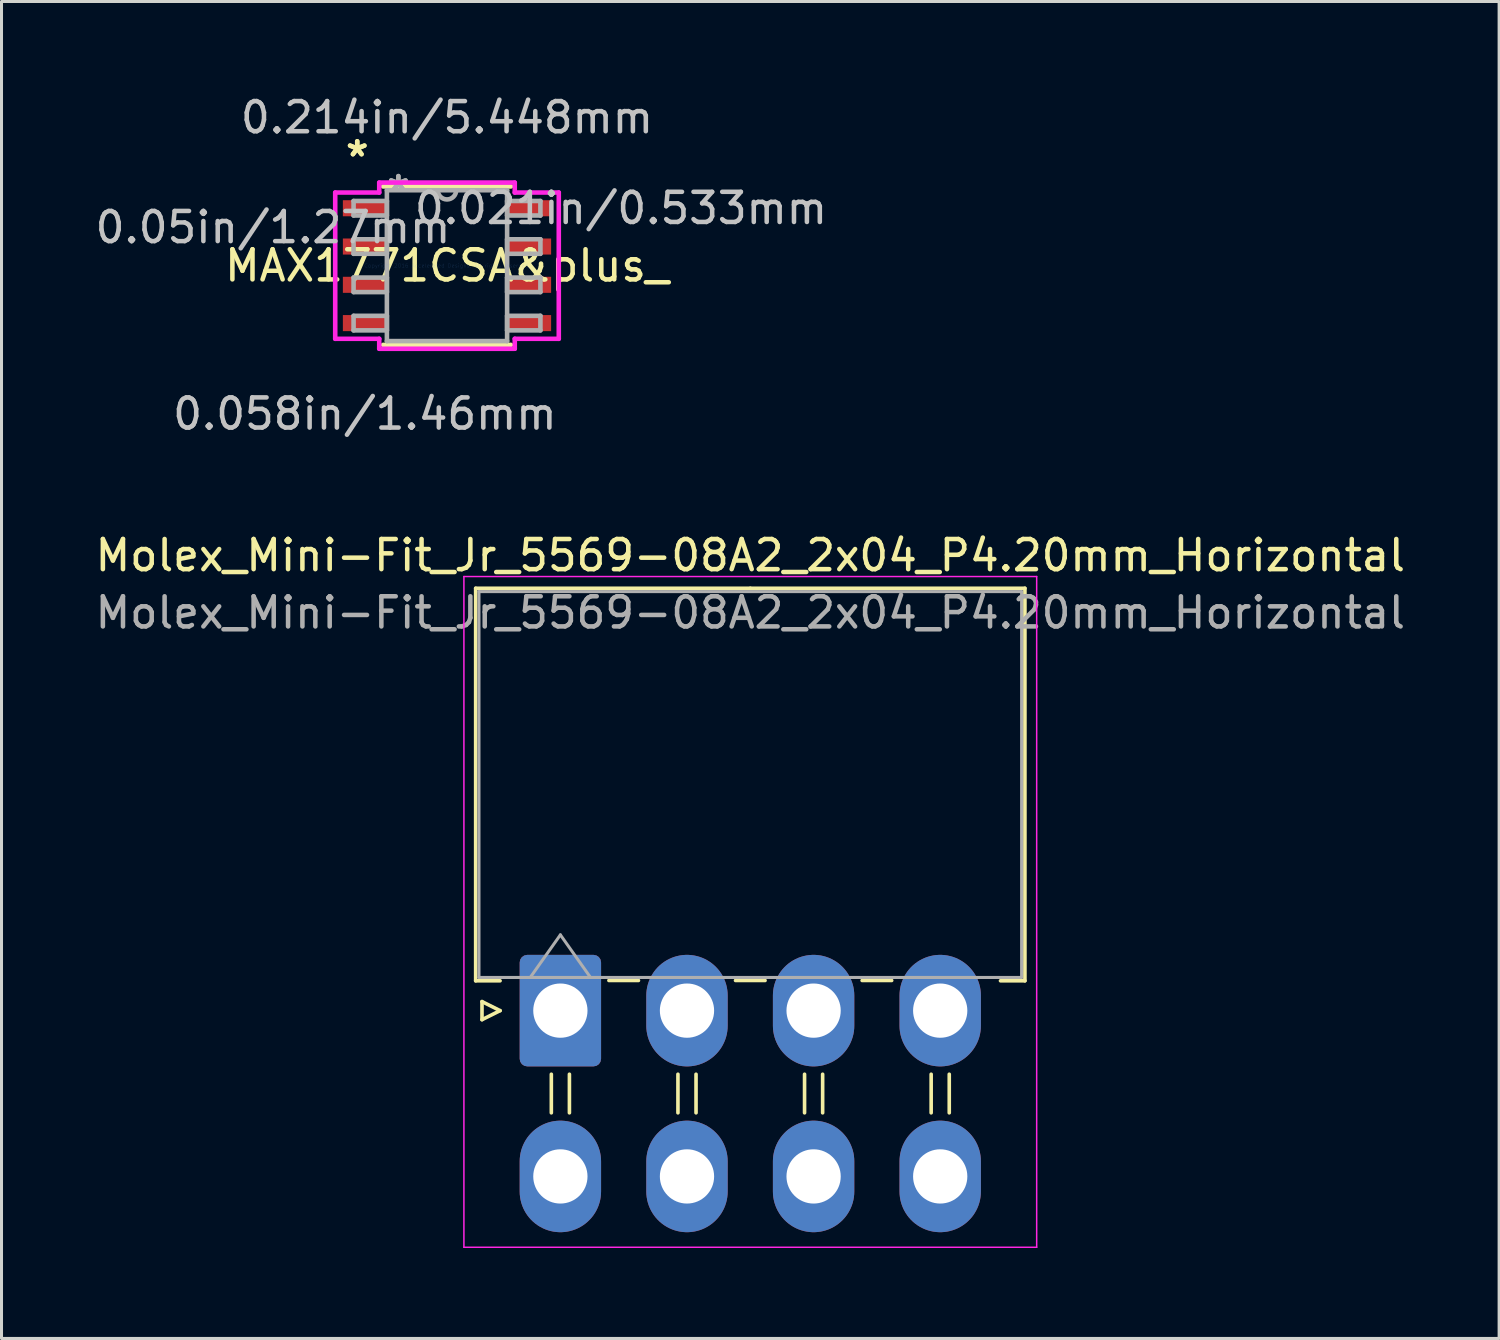
<source format=kicad_pcb>
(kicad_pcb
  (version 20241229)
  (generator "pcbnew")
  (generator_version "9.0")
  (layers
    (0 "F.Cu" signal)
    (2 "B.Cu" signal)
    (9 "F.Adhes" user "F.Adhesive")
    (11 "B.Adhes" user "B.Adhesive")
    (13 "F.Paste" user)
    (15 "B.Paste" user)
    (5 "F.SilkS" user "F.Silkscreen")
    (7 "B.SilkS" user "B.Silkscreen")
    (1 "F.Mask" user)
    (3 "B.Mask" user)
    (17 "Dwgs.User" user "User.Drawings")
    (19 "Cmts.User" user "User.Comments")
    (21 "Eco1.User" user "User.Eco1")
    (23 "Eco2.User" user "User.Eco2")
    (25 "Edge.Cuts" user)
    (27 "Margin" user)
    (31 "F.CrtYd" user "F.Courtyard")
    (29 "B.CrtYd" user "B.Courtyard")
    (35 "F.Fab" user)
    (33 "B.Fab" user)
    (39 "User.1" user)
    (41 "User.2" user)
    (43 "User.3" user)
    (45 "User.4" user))
  (footprint "Molex_Mini-Fit_Jr_5569-08A2_2x04_P4.20mm_Horizontal"
    (layer "F.Cu")
    (at 15.539 30.475)
    (property "Reference" "Molex_Mini-Fit_Jr_5569-08A2_2x04_P4.20mm_Horizontal" (at 6.3 -15.1 0) (layer "F.SilkS") (effects (font (size 1 1) (thickness 0.15))))
    (attr through_hole)
    (fp_line (start -2.81 -14.01) (end 6.3 -14.01) (stroke (width 0.12) (type solid)) (layer "F.SilkS"))
    (fp_line (start -2.81 -0.99) (end -2.81 -14.01) (stroke (width 0.12) (type solid)) (layer "F.SilkS"))
    (fp_line (start -2.6 -0.3) (end -2 0) (stroke (width 0.12) (type solid)) (layer "F.SilkS"))
    (fp_line (start -2.6 0.3) (end -2.6 -0.3) (stroke (width 0.12) (type solid)) (layer "F.SilkS"))
    (fp_line (start -2 -0.99) (end -2.81 -0.99) (stroke (width 0.12) (type solid)) (layer "F.SilkS"))
    (fp_line (start -2 0) (end -2.6 0.3) (stroke (width 0.12) (type solid)) (layer "F.SilkS"))
    (fp_line (start -0.3 2.11) (end -0.3 3.39) (stroke (width 0.12) (type solid)) (layer "F.SilkS"))
    (fp_line (start 0.3 2.11) (end 0.3 3.39) (stroke (width 0.12) (type solid)) (layer "F.SilkS"))
    (fp_line (start 1.61 -1) (end 2.59 -1) (stroke (width 0.12) (type solid)) (layer "F.SilkS"))
    (fp_line (start 3.9 2.11) (end 3.9 3.39) (stroke (width 0.12) (type solid)) (layer "F.SilkS"))
    (fp_line (start 4.5 2.11) (end 4.5 3.39) (stroke (width 0.12) (type solid)) (layer "F.SilkS"))
    (fp_line (start 5.81 -1) (end 6.79 -1) (stroke (width 0.12) (type solid)) (layer "F.SilkS"))
    (fp_line (start 8.1 2.11) (end 8.1 3.39) (stroke (width 0.12) (type solid)) (layer "F.SilkS"))
    (fp_line (start 8.7 2.11) (end 8.7 3.39) (stroke (width 0.12) (type solid)) (layer "F.SilkS"))
    (fp_line (start 10.01 -1) (end 10.99 -1) (stroke (width 0.12) (type solid)) (layer "F.SilkS"))
    (fp_line (start 12.3 2.11) (end 12.3 3.39) (stroke (width 0.12) (type solid)) (layer "F.SilkS"))
    (fp_line (start 12.9 2.11) (end 12.9 3.39) (stroke (width 0.12) (type solid)) (layer "F.SilkS"))
    (fp_line (start 14.6 -0.99) (end 15.41 -0.99) (stroke (width 0.12) (type solid)) (layer "F.SilkS"))
    (fp_line (start 15.41 -14.01) (end 6.3 -14.01) (stroke (width 0.12) (type solid)) (layer "F.SilkS"))
    (fp_line (start 15.41 -0.99) (end 15.41 -14.01) (stroke (width 0.12) (type solid)) (layer "F.SilkS"))
    (fp_line (start -3.2 -14.4) (end -3.2 7.85) (stroke (width 0.05) (type solid)) (layer "F.CrtYd"))
    (fp_line (start -3.2 7.85) (end 15.8 7.85) (stroke (width 0.05) (type solid)) (layer "F.CrtYd"))
    (fp_line (start 15.8 -14.4) (end -3.2 -14.4) (stroke (width 0.05) (type solid)) (layer "F.CrtYd"))
    (fp_line (start 15.8 7.85) (end 15.8 -14.4) (stroke (width 0.05) (type solid)) (layer "F.CrtYd"))
    (fp_line (start -2.7 -13.9) (end -2.7 -1.1) (stroke (width 0.1) (type solid)) (layer "F.Fab"))
    (fp_line (start -2.7 -1.1) (end 15.3 -1.1) (stroke (width 0.1) (type solid)) (layer "F.Fab"))
    (fp_line (start -1 -1.1) (end 0 -2.514) (stroke (width 0.1) (type solid)) (layer "F.Fab"))
    (fp_line (start 0 -2.514) (end 1 -1.1) (stroke (width 0.1) (type solid)) (layer "F.Fab"))
    (fp_line (start 15.3 -13.9) (end -2.7 -13.9) (stroke (width 0.1) (type solid)) (layer "F.Fab"))
    (fp_line (start 15.3 -1.1) (end 15.3 -13.9) (stroke (width 0.1) (type solid)) (layer "F.Fab"))
    (fp_text user "${REFERENCE}" (at 6.3 -13.2 0) (layer "F.Fab") (effects (font (size 1 1) (thickness 0.15))))
    (pad "1" thru_hole roundrect (at 0 0) (size 2.7 3.7) (drill 1.8) (layers "*.Cu" "*.Mask") (roundrect_rratio 0.093))
    (pad "2" thru_hole oval (at 4.2 0) (size 2.7 3.7) (drill 1.8) (layers "*.Cu" "*.Mask"))
    (pad "3" thru_hole oval (at 8.4 0) (size 2.7 3.7) (drill 1.8) (layers "*.Cu" "*.Mask"))
    (pad "4" thru_hole oval (at 12.6 0) (size 2.7 3.7) (drill 1.8) (layers "*.Cu" "*.Mask"))
    (pad "5" thru_hole oval (at 0 5.5) (size 2.7 3.7) (drill 1.8) (layers "*.Cu" "*.Mask"))
    (pad "6" thru_hole oval (at 4.2 5.5) (size 2.7 3.7) (drill 1.8) (layers "*.Cu" "*.Mask"))
    (pad "7" thru_hole oval (at 8.4 5.5) (size 2.7 3.7) (drill 1.8) (layers "*.Cu" "*.Mask"))
    (pad "8" thru_hole oval (at 12.6 5.5) (size 2.7 3.7) (drill 1.8) (layers "*.Cu" "*.Mask")))
  (footprint "MAX1771CSA&plus_"
    (layer "F.Cu")
    (at 11.778 5.763)
    (property "Reference" "MAX1771CSA&plus_" (at 0 0 0) (layer "F.SilkS") (effects (font (size 1 1) (thickness 0.15))))
    (attr through_hole)
    (fp_line (start -2.121 2.629) (end 2.121 2.629) (stroke (width 0.152) (type solid)) (layer "F.SilkS"))
    (fp_line (start 2.121 -2.629) (end -2.121 -2.629) (stroke (width 0.152) (type solid)) (layer "F.SilkS"))
    (fp_line (start -3.708 -2.426) (end -2.248 -2.426) (stroke (width 0.152) (type solid)) (layer "F.CrtYd"))
    (fp_line (start -3.708 2.426) (end -3.708 -2.426) (stroke (width 0.152) (type solid)) (layer "F.CrtYd"))
    (fp_line (start -2.248 -2.756) (end 2.248 -2.756) (stroke (width 0.152) (type solid)) (layer "F.CrtYd"))
    (fp_line (start -2.248 -2.426) (end -2.248 -2.756) (stroke (width 0.152) (type solid)) (layer "F.CrtYd"))
    (fp_line (start -2.248 2.426) (end -3.708 2.426) (stroke (width 0.152) (type solid)) (layer "F.CrtYd"))
    (fp_line (start -2.248 2.756) (end -2.248 2.426) (stroke (width 0.152) (type solid)) (layer "F.CrtYd"))
    (fp_line (start 2.248 -2.756) (end 2.248 -2.426) (stroke (width 0.152) (type solid)) (layer "F.CrtYd"))
    (fp_line (start 2.248 -2.426) (end 3.708 -2.426) (stroke (width 0.152) (type solid)) (layer "F.CrtYd"))
    (fp_line (start 2.248 2.426) (end 2.248 2.756) (stroke (width 0.152) (type solid)) (layer "F.CrtYd"))
    (fp_line (start 2.248 2.756) (end -2.248 2.756) (stroke (width 0.152) (type solid)) (layer "F.CrtYd"))
    (fp_line (start 3.708 -2.426) (end 3.708 2.426) (stroke (width 0.152) (type solid)) (layer "F.CrtYd"))
    (fp_line (start 3.708 2.426) (end 2.248 2.426) (stroke (width 0.152) (type solid)) (layer "F.CrtYd"))
    (fp_line (start -3.099 -2.146) (end -3.099 -1.664) (stroke (width 0.152) (type solid)) (layer "F.Fab"))
    (fp_line (start -3.099 -1.664) (end -1.994 -1.664) (stroke (width 0.152) (type solid)) (layer "F.Fab"))
    (fp_line (start -3.099 -0.876) (end -3.099 -0.394) (stroke (width 0.152) (type solid)) (layer "F.Fab"))
    (fp_line (start -3.099 -0.394) (end -1.994 -0.394) (stroke (width 0.152) (type solid)) (layer "F.Fab"))
    (fp_line (start -3.099 0.394) (end -3.099 0.876) (stroke (width 0.152) (type solid)) (layer "F.Fab"))
    (fp_line (start -3.099 0.876) (end -1.994 0.876) (stroke (width 0.152) (type solid)) (layer "F.Fab"))
    (fp_line (start -3.099 1.664) (end -3.099 2.146) (stroke (width 0.152) (type solid)) (layer "F.Fab"))
    (fp_line (start -3.099 2.146) (end -1.994 2.146) (stroke (width 0.152) (type solid)) (layer "F.Fab"))
    (fp_line (start -1.994 -2.502) (end -1.994 2.502) (stroke (width 0.152) (type solid)) (layer "F.Fab"))
    (fp_line (start -1.994 -2.146) (end -3.099 -2.146) (stroke (width 0.152) (type solid)) (layer "F.Fab"))
    (fp_line (start -1.994 -1.664) (end -1.994 -2.146) (stroke (width 0.152) (type solid)) (layer "F.Fab"))
    (fp_line (start -1.994 -0.876) (end -3.099 -0.876) (stroke (width 0.152) (type solid)) (layer "F.Fab"))
    (fp_line (start -1.994 -0.394) (end -1.994 -0.876) (stroke (width 0.152) (type solid)) (layer "F.Fab"))
    (fp_line (start -1.994 0.394) (end -3.099 0.394) (stroke (width 0.152) (type solid)) (layer "F.Fab"))
    (fp_line (start -1.994 0.876) (end -1.994 0.394) (stroke (width 0.152) (type solid)) (layer "F.Fab"))
    (fp_line (start -1.994 1.664) (end -3.099 1.664) (stroke (width 0.152) (type solid)) (layer "F.Fab"))
    (fp_line (start -1.994 2.146) (end -1.994 1.664) (stroke (width 0.152) (type solid)) (layer "F.Fab"))
    (fp_line (start -1.994 2.502) (end 1.994 2.502) (stroke (width 0.152) (type solid)) (layer "F.Fab"))
    (fp_line (start 1.994 -2.502) (end -1.994 -2.502) (stroke (width 0.152) (type solid)) (layer "F.Fab"))
    (fp_line (start 1.994 -2.146) (end 1.994 -1.664) (stroke (width 0.152) (type solid)) (layer "F.Fab"))
    (fp_line (start 1.994 -1.664) (end 3.099 -1.664) (stroke (width 0.152) (type solid)) (layer "F.Fab"))
    (fp_line (start 1.994 -0.876) (end 1.994 -0.394) (stroke (width 0.152) (type solid)) (layer "F.Fab"))
    (fp_line (start 1.994 -0.394) (end 3.099 -0.394) (stroke (width 0.152) (type solid)) (layer "F.Fab"))
    (fp_line (start 1.994 0.394) (end 1.994 0.876) (stroke (width 0.152) (type solid)) (layer "F.Fab"))
    (fp_line (start 1.994 0.876) (end 3.099 0.876) (stroke (width 0.152) (type solid)) (layer "F.Fab"))
    (fp_line (start 1.994 1.664) (end 1.994 2.146) (stroke (width 0.152) (type solid)) (layer "F.Fab"))
    (fp_line (start 1.994 2.146) (end 3.099 2.146) (stroke (width 0.152) (type solid)) (layer "F.Fab"))
    (fp_line (start 1.994 2.502) (end 1.994 -2.502) (stroke (width 0.152) (type solid)) (layer "F.Fab"))
    (fp_line (start 3.099 -2.146) (end 1.994 -2.146) (stroke (width 0.152) (type solid)) (layer "F.Fab"))
    (fp_line (start 3.099 -1.664) (end 3.099 -2.146) (stroke (width 0.152) (type solid)) (layer "F.Fab"))
    (fp_line (start 3.099 -0.876) (end 1.994 -0.876) (stroke (width 0.152) (type solid)) (layer "F.Fab"))
    (fp_line (start 3.099 -0.394) (end 3.099 -0.876) (stroke (width 0.152) (type solid)) (layer "F.Fab"))
    (fp_line (start 3.099 0.394) (end 1.994 0.394) (stroke (width 0.152) (type solid)) (layer "F.Fab"))
    (fp_line (start 3.099 0.876) (end 3.099 0.394) (stroke (width 0.152) (type solid)) (layer "F.Fab"))
    (fp_line (start 3.099 1.664) (end 1.994 1.664) (stroke (width 0.152) (type solid)) (layer "F.Fab"))
    (fp_line (start 3.099 2.146) (end 3.099 1.664) (stroke (width 0.152) (type solid)) (layer "F.Fab"))
    (fp_arc (start 0.3048 -2.5019) (mid 0 -2.1971) (end -0.3048 -2.5019) (stroke (width 0.1524) (type solid)) (layer "F.Fab"))
    (fp_text user "*" (at -2.978 -3.581 0) (layer "F.SilkS") (effects (font (size 1 1) (thickness 0.15))))
    (fp_text user "*" (at -2.978 -3.581 0) (layer "F.SilkS") (effects (font (size 1 1) (thickness 0.15))))
    (fp_text user "0.05in/1.27mm" (at -5.772 -1.27 0) (layer "Dwgs.User") (effects (font (size 1 1) (thickness 0.15))))
    (fp_text user "0.214in/5.448mm" (at 0 -4.915 0) (layer "Dwgs.User") (effects (font (size 1 1) (thickness 0.15))))
    (fp_text user "0.058in/1.46mm" (at -2.724 4.915 0) (layer "Dwgs.User") (effects (font (size 1 1) (thickness 0.15))))
    (fp_text user "0.021in/0.533mm" (at 5.772 -1.905 0) (layer "Dwgs.User") (effects (font (size 1 1) (thickness 0.15))))
    (fp_text user "Copyright 2016 Accelerated Designs. All rights reserved." (at 0 0 0) (layer "Cmts.User") (effects (font (size 0.127 0.127) (thickness 0.002))))
    (fp_text user "*" (at -1.613 -2.426 0) (layer "F.Fab") (effects (font (size 1 1) (thickness 0.15))))
    (fp_text user "*" (at -1.613 -2.426 0) (layer "F.Fab") (effects (font (size 1 1) (thickness 0.15))))
    (pad "1" smd rect (at -2.724 -1.905) (size 1.46 0.533) (layers "F.Cu" "F.Mask" "F.Paste"))
    (pad "2" smd rect (at -2.724 -0.635) (size 1.46 0.533) (layers "F.Cu" "F.Mask" "F.Paste"))
    (pad "3" smd rect (at -2.724 0.635) (size 1.46 0.533) (layers "F.Cu" "F.Mask" "F.Paste"))
    (pad "4" smd rect (at -2.724 1.905) (size 1.46 0.533) (layers "F.Cu" "F.Mask" "F.Paste"))
    (pad "5" smd rect (at 2.724 1.905) (size 1.46 0.533) (layers "F.Cu" "F.Mask" "F.Paste"))
    (pad "6" smd rect (at 2.724 0.635) (size 1.46 0.533) (layers "F.Cu" "F.Mask" "F.Paste"))
    (pad "7" smd rect (at 2.724 -0.635) (size 1.46 0.533) (layers "F.Cu" "F.Mask" "F.Paste"))
    (pad "8" smd rect (at 2.724 -1.905) (size 1.46 0.533) (layers "F.Cu" "F.Mask" "F.Paste")))
  (gr_rect
    (start -3 -3)
    (end 46.679 41.35)
    (stroke (width 0.1) (type default))
    (fill no)
    (layer "Edge.Cuts")))
</source>
